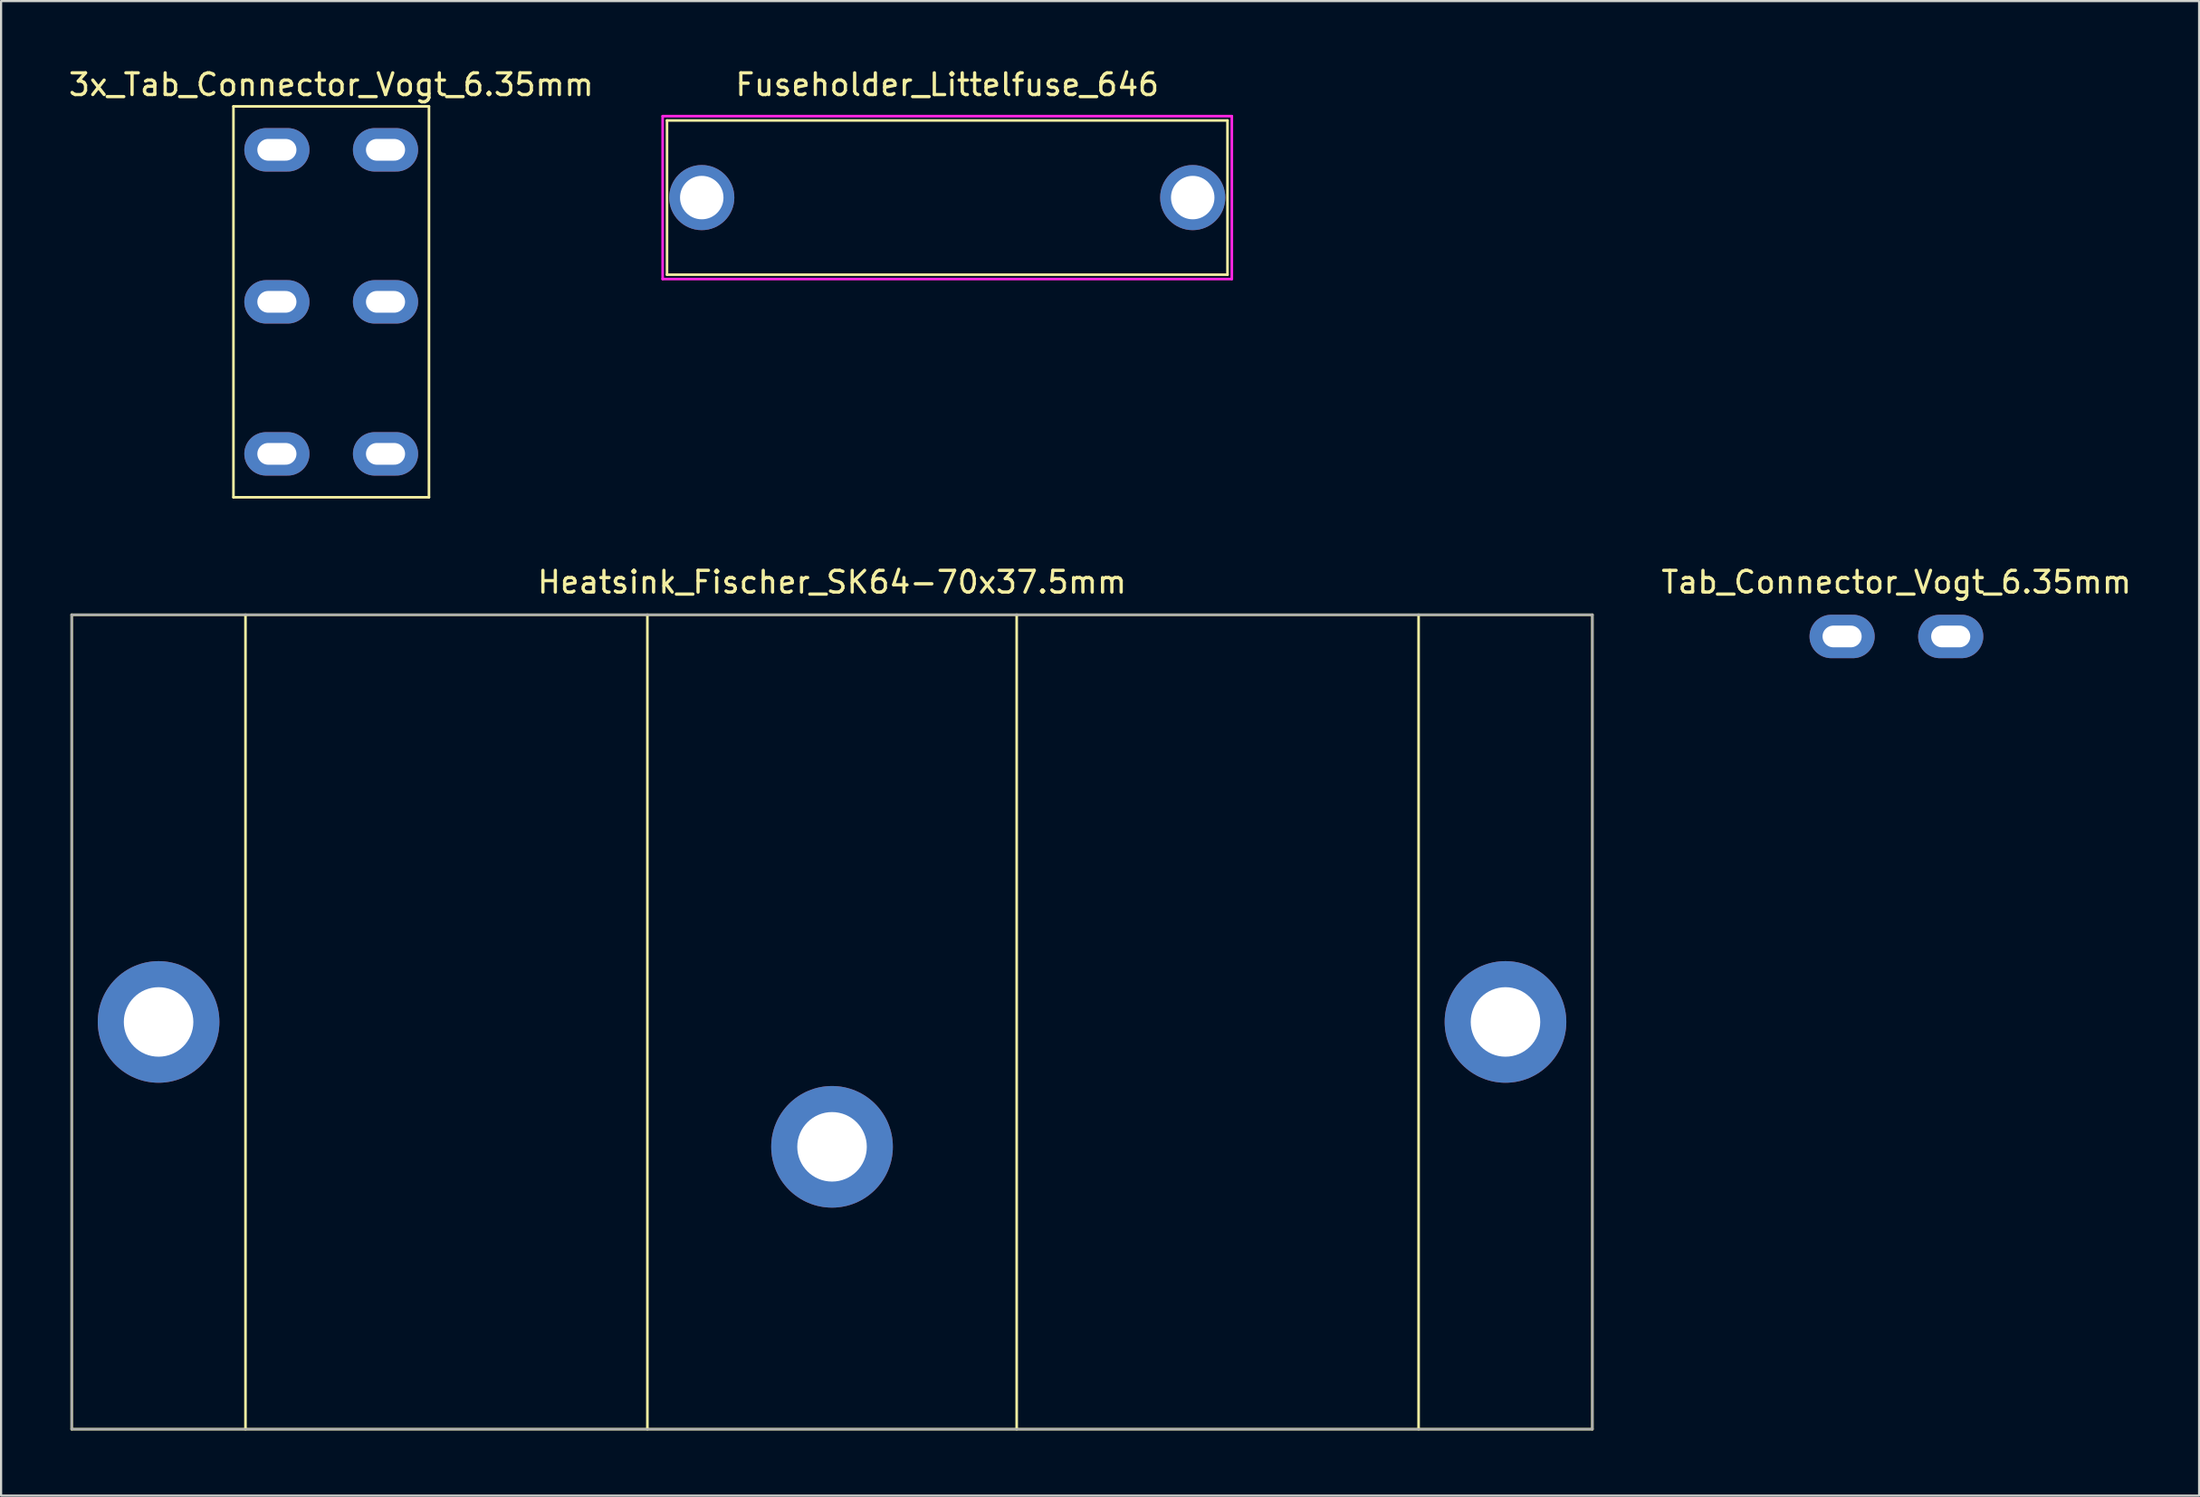
<source format=kicad_pcb>
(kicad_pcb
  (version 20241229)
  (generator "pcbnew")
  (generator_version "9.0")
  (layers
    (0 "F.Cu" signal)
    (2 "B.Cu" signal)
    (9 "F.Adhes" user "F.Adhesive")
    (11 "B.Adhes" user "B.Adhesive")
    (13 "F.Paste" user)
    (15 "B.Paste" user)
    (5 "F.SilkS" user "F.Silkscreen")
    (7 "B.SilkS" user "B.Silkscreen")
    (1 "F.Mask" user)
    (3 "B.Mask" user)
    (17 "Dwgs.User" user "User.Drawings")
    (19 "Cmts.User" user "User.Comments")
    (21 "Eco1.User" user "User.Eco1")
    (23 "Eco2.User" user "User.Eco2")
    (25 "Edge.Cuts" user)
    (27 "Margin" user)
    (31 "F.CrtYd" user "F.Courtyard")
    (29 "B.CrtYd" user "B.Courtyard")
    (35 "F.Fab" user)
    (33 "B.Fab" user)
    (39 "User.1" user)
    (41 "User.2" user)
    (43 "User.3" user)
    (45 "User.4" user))
  (footprint "3x_Tab_Connector_Vogt_6.35mm"
    (layer "F.Cu")
    (at 7.696 1.848)
    (property "Reference" "3x_Tab_Connector_Vogt_6.35mm" (at 4.5 -1 0) (unlocked yes) (layer "F.SilkS") (effects (font (size 1 1) (thickness 0.15))))
    (attr through_hole)
    (fp_line (start 0 0) (end 9 0) (stroke (width 0.12) (type default)) (layer "F.SilkS"))
    (fp_line (start 0 18) (end 0 0) (stroke (width 0.12) (type default)) (layer "F.SilkS"))
    (fp_line (start 9 0) (end 9 18) (stroke (width 0.12) (type default)) (layer "F.SilkS"))
    (fp_line (start 9 18) (end 0 18) (stroke (width 0.12) (type default)) (layer "F.SilkS"))
    (pad "1" thru_hole oval (at 2 2) (size 3 2) (drill oval 1.8 1) (layers "*.Cu" "*.Mask"))
    (pad "2" thru_hole oval (at 7 2) (size 3 2) (drill oval 1.8 1) (layers "*.Cu" "*.Mask"))
    (pad "3" thru_hole oval (at 2 9) (size 3 2) (drill oval 1.8 1) (layers "*.Cu" "*.Mask"))
    (pad "4" thru_hole oval (at 7 9) (size 3 2) (drill oval 1.8 1) (layers "*.Cu" "*.Mask"))
    (pad "5" thru_hole oval (at 2 16) (size 3 2) (drill oval 1.8 1) (layers "*.Cu" "*.Mask"))
    (pad "6" thru_hole oval (at 7 16) (size 3 2) (drill oval 1.8 1) (layers "*.Cu" "*.Mask")))
  (footprint "Tab_Connector_Vogt_6.35mm"
    (layer "F.Cu")
    (at 81.745 26.256)
    (property "Reference" "Tab_Connector_Vogt_6.35mm" (at 2.5 -2.5 0) (unlocked yes) (layer "F.SilkS") (effects (font (size 1 1) (thickness 0.15))))
    (attr through_hole)
    (pad "1" thru_hole oval (at 0 0) (size 3 2) (drill oval 1.8 1) (layers "*.Cu" "*.Mask"))
    (pad "2" thru_hole oval (at 5 0) (size 3 2) (drill oval 1.8 1) (layers "*.Cu" "*.Mask")))
  (footprint "Fuseholder_Littelfuse_646"
    (layer "F.Cu")
    (at 29.253 6.048)
    (property "Reference" "Fuseholder_Littelfuse_646" (at 11.3 -5.2 0) (unlocked yes) (layer "F.SilkS") (effects (font (size 1 1) (thickness 0.15))))
    (attr through_hole)
    (fp_line (start -1.6 -3.55) (end -1.6 3.55) (stroke (width 0.12) (type default)) (layer "F.SilkS"))
    (fp_line (start -1.6 -3.55) (end 24.2 -3.55) (stroke (width 0.12) (type default)) (layer "F.SilkS"))
    (fp_line (start 24.2 3.55) (end -1.6 3.55) (stroke (width 0.12) (type default)) (layer "F.SilkS"))
    (fp_line (start 24.2 3.55) (end 24.2 -3.55) (stroke (width 0.12) (type default)) (layer "F.SilkS"))
    (fp_line (start -1.8 -3.75) (end -1.8 3.75) (stroke (width 0.12) (type default)) (layer "F.CrtYd"))
    (fp_line (start -1.8 -3.75) (end 24.4 -3.75) (stroke (width 0.12) (type default)) (layer "F.CrtYd"))
    (fp_line (start -1.8 3.75) (end 24.4 3.75) (stroke (width 0.12) (type default)) (layer "F.CrtYd"))
    (fp_line (start 24.4 -3.75) (end 24.4 3.75) (stroke (width 0.12) (type default)) (layer "F.CrtYd"))
    (pad "1" thru_hole circle (at 0 0) (size 3 3) (drill 2) (layers "*.Cu" "*.Mask"))
    (pad "2" thru_hole circle (at 22.6 0) (size 3 3) (drill 2) (layers "*.Cu" "*.Mask")))
  (footprint "Heatsink_Fischer_SK64-70x37.5mm"
    (layer "F.Cu")
    (at 0.25 25.256)
    (property "Reference" "Heatsink_Fischer_SK64-70x37.5mm" (at 35 -1.5 0) (unlocked yes) (layer "F.SilkS") (effects (font (size 1 1) (thickness 0.15))))
    (fp_line (start 0 0) (end 0 37.5) (stroke (width 0.12) (type default)) (layer "F.SilkS"))
    (fp_line (start 0 37.5) (end 70 37.5) (stroke (width 0.12) (type default)) (layer "F.SilkS"))
    (fp_line (start 8 37.5) (end 8 0) (stroke (width 0.12) (type default)) (layer "F.SilkS"))
    (fp_line (start 26.5 0) (end 26.5 37.5) (stroke (width 0.12) (type default)) (layer "F.SilkS"))
    (fp_line (start 43.5 37.5) (end 43.5 0) (stroke (width 0.12) (type default)) (layer "F.SilkS"))
    (fp_line (start 62 0) (end 62 37.5) (stroke (width 0.12) (type default)) (layer "F.SilkS"))
    (fp_line (start 70 0) (end 0 0) (stroke (width 0.12) (type default)) (layer "F.SilkS"))
    (fp_line (start 70 0) (end 70 37.5) (stroke (width 0.12) (type default)) (layer "F.SilkS"))
    (fp_line (start 0 0) (end 70 0) (stroke (width 0.1) (type default)) (layer "F.Fab"))
    (fp_line (start 0 37.5) (end 0 0) (stroke (width 0.1) (type default)) (layer "F.Fab"))
    (fp_line (start 70 0) (end 70 37.5) (stroke (width 0.1) (type default)) (layer "F.Fab"))
    (fp_line (start 70 37.5) (end 0 37.5) (stroke (width 0.1) (type default)) (layer "F.Fab"))
    (pad "" thru_hole circle (at 4 18.75) (size 5.6 5.6) (drill 3.2) (layers "*.Cu" "*.Mask"))
    (pad "" thru_hole circle (at 35 24.5) (size 5.6 5.6) (drill 3.2) (layers "*.Cu" "*.Mask"))
    (pad "" thru_hole circle (at 66 18.75) (size 5.6 5.6) (drill 3.2) (layers "*.Cu" "*.Mask")))
  (gr_rect
    (start -3 -3)
    (end 98.179 65.817)
    (stroke (width 0.1) (type default))
    (fill no)
    (layer "Edge.Cuts")))
</source>
